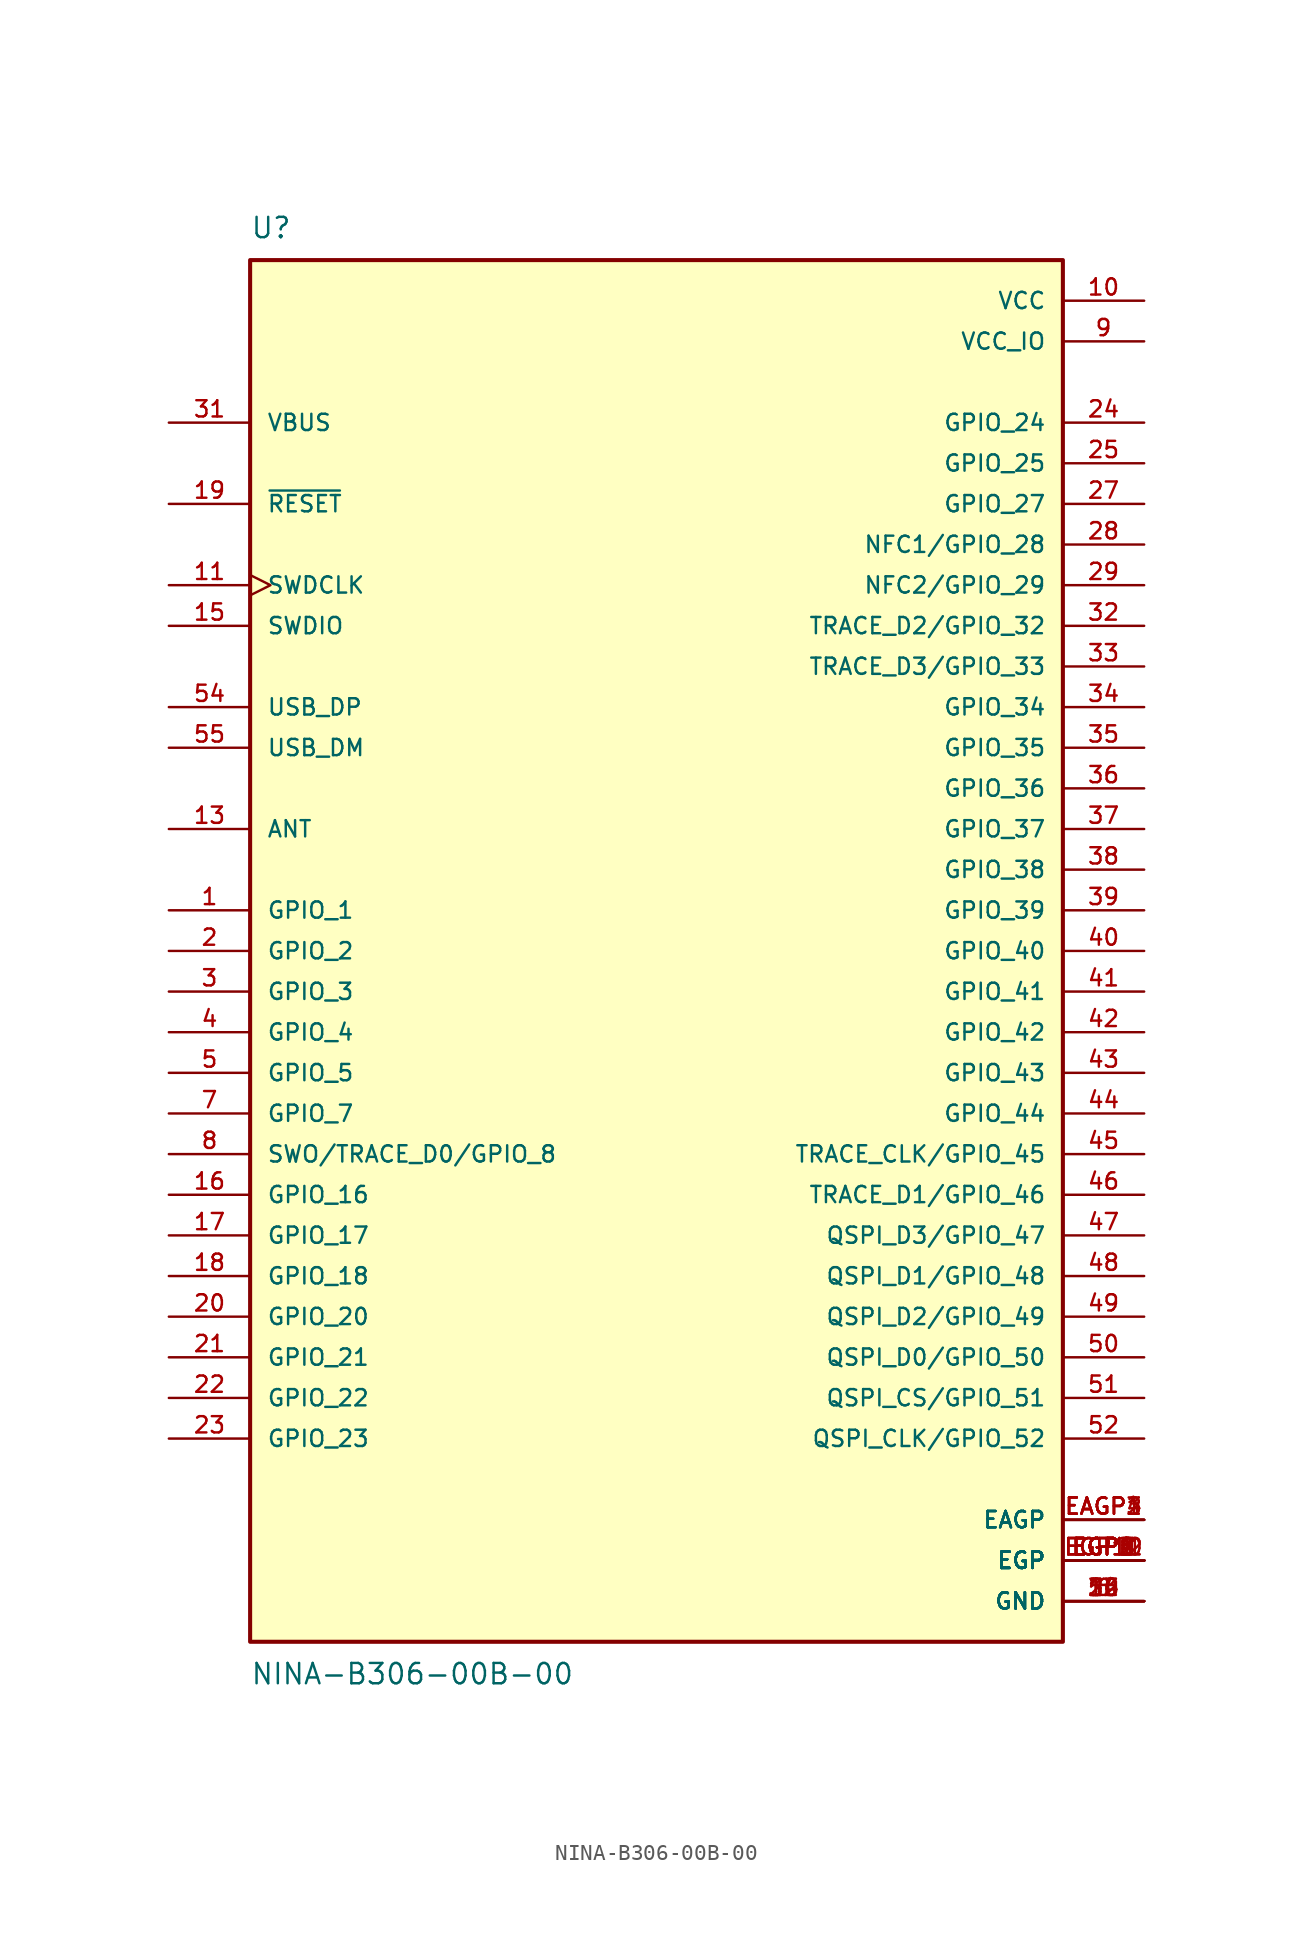
<source format=kicad_sym>
(kicad_symbol_lib
  (version 20211014)
  (generator kicad_symbol_editor)
  (symbol "NINA-B306-00B-00"
    (pin_names
      (offset 1.016))
    (property "Reference" "U"
      (at -25.4 44.45 0)
      (effects (font (size 1.27 1.27)) (justify bottom left)))
    (property "Value" "NINA-B306-00B-00"
      (at -25.4 -44.45 0)
      (effects (font (size 1.27 1.27)) (justify top left)))
    (symbol "NINA-B306-00B-00_0_0"
      (rectangle (start -25.4 -43.18) (end 25.4 43.18) (stroke (width 0.254)) (fill (type background)))
      (pin bidirectional line (at -30.48 0.0 0) (length 5.08) (name "GPIO_2" (effects (font (size 1.016 1.016)))) (number "2" (effects (font (size 1.016 1.016)))))
      (pin bidirectional line (at -30.48 -2.54 0) (length 5.08) (name "GPIO_3" (effects (font (size 1.016 1.016)))) (number "3" (effects (font (size 1.016 1.016)))))
      (pin bidirectional line (at -30.48 -5.08 0) (length 5.08) (name "GPIO_4" (effects (font (size 1.016 1.016)))) (number "4" (effects (font (size 1.016 1.016)))))
      (pin bidirectional line (at -30.48 -7.62 0) (length 5.08) (name "GPIO_5" (effects (font (size 1.016 1.016)))) (number "5" (effects (font (size 1.016 1.016)))))
      (pin power_in line (at 30.48 -40.64 180.0) (length 5.08) (name "GND" (effects (font (size 1.016 1.016)))) (number "6" (effects (font (size 1.016 1.016)))))
      (pin power_in line (at 30.48 -40.64 180.0) (length 5.08) (name "GND" (effects (font (size 1.016 1.016)))) (number "12" (effects (font (size 1.016 1.016)))))
      (pin power_in line (at 30.48 -40.64 180.0) (length 5.08) (name "GND" (effects (font (size 1.016 1.016)))) (number "14" (effects (font (size 1.016 1.016)))))
      (pin power_in line (at 30.48 -40.64 180.0) (length 5.08) (name "GND" (effects (font (size 1.016 1.016)))) (number "26" (effects (font (size 1.016 1.016)))))
      (pin power_in line (at 30.48 -40.64 180.0) (length 5.08) (name "GND" (effects (font (size 1.016 1.016)))) (number "30" (effects (font (size 1.016 1.016)))))
      (pin power_in line (at 30.48 -40.64 180.0) (length 5.08) (name "GND" (effects (font (size 1.016 1.016)))) (number "53" (effects (font (size 1.016 1.016)))))
      (pin power_in line (at 30.48 38.1 180.0) (length 5.08) (name "VCC_IO" (effects (font (size 1.016 1.016)))) (number "9" (effects (font (size 1.016 1.016)))))
      (pin power_in line (at 30.48 40.64 180.0) (length 5.08) (name "VCC" (effects (font (size 1.016 1.016)))) (number "10" (effects (font (size 1.016 1.016)))))
      (pin bidirectional line (at -30.48 7.62 0) (length 5.08) (name "ANT" (effects (font (size 1.016 1.016)))) (number "13" (effects (font (size 1.016 1.016)))))
      (pin bidirectional line (at 30.48 33.02 180.0) (length 5.08) (name "GPIO_24" (effects (font (size 1.016 1.016)))) (number "24" (effects (font (size 1.016 1.016)))))
      (pin bidirectional line (at 30.48 30.48 180.0) (length 5.08) (name "GPIO_25" (effects (font (size 1.016 1.016)))) (number "25" (effects (font (size 1.016 1.016)))))
      (pin bidirectional line (at 30.48 27.94 180.0) (length 5.08) (name "GPIO_27" (effects (font (size 1.016 1.016)))) (number "27" (effects (font (size 1.016 1.016)))))
      (pin bidirectional line (at 30.48 25.4 180.0) (length 5.08) (name "NFC1/GPIO_28" (effects (font (size 1.016 1.016)))) (number "28" (effects (font (size 1.016 1.016)))))
      (pin bidirectional line (at 30.48 22.86 180.0) (length 5.08) (name "NFC2/GPIO_29" (effects (font (size 1.016 1.016)))) (number "29" (effects (font (size 1.016 1.016)))))
      (pin power_in line (at 30.48 -38.1 180.0) (length 5.08) (name "EGP" (effects (font (size 1.016 1.016)))) (number "EGP1" (effects (font (size 1.016 1.016)))))
      (pin power_in line (at 30.48 -38.1 180.0) (length 5.08) (name "EGP" (effects (font (size 1.016 1.016)))) (number "EGP2" (effects (font (size 1.016 1.016)))))
      (pin power_in line (at 30.48 -38.1 180.0) (length 5.08) (name "EGP" (effects (font (size 1.016 1.016)))) (number "EGP3" (effects (font (size 1.016 1.016)))))
      (pin power_in line (at 30.48 -38.1 180.0) (length 5.08) (name "EGP" (effects (font (size 1.016 1.016)))) (number "EGP4" (effects (font (size 1.016 1.016)))))
      (pin power_in line (at 30.48 -38.1 180.0) (length 5.08) (name "EGP" (effects (font (size 1.016 1.016)))) (number "EGP5" (effects (font (size 1.016 1.016)))))
      (pin power_in line (at 30.48 -38.1 180.0) (length 5.08) (name "EGP" (effects (font (size 1.016 1.016)))) (number "EGP6" (effects (font (size 1.016 1.016)))))
      (pin power_in line (at 30.48 -38.1 180.0) (length 5.08) (name "EGP" (effects (font (size 1.016 1.016)))) (number "EGP7" (effects (font (size 1.016 1.016)))))
      (pin power_in line (at 30.48 -38.1 180.0) (length 5.08) (name "EGP" (effects (font (size 1.016 1.016)))) (number "EGP8" (effects (font (size 1.016 1.016)))))
      (pin power_in line (at 30.48 -38.1 180.0) (length 5.08) (name "EGP" (effects (font (size 1.016 1.016)))) (number "EGP9" (effects (font (size 1.016 1.016)))))
      (pin power_in line (at 30.48 -38.1 180.0) (length 5.08) (name "EGP" (effects (font (size 1.016 1.016)))) (number "EGP10" (effects (font (size 1.016 1.016)))))
      (pin power_in line (at 30.48 -38.1 180.0) (length 5.08) (name "EGP" (effects (font (size 1.016 1.016)))) (number "EGP11" (effects (font (size 1.016 1.016)))))
      (pin power_in line (at 30.48 -38.1 180.0) (length 5.08) (name "EGP" (effects (font (size 1.016 1.016)))) (number "EGP12" (effects (font (size 1.016 1.016)))))
      (pin bidirectional line (at 30.48 20.32 180.0) (length 5.08) (name "TRACE_D2/GPIO_32" (effects (font (size 1.016 1.016)))) (number "32" (effects (font (size 1.016 1.016)))))
      (pin bidirectional line (at 30.48 17.78 180.0) (length 5.08) (name "TRACE_D3/GPIO_33" (effects (font (size 1.016 1.016)))) (number "33" (effects (font (size 1.016 1.016)))))
      (pin bidirectional line (at 30.48 15.24 180.0) (length 5.08) (name "GPIO_34" (effects (font (size 1.016 1.016)))) (number "34" (effects (font (size 1.016 1.016)))))
      (pin bidirectional line (at 30.48 12.7 180.0) (length 5.08) (name "GPIO_35" (effects (font (size 1.016 1.016)))) (number "35" (effects (font (size 1.016 1.016)))))
      (pin bidirectional line (at 30.48 10.16 180.0) (length 5.08) (name "GPIO_36" (effects (font (size 1.016 1.016)))) (number "36" (effects (font (size 1.016 1.016)))))
      (pin bidirectional line (at 30.48 7.62 180.0) (length 5.08) (name "GPIO_37" (effects (font (size 1.016 1.016)))) (number "37" (effects (font (size 1.016 1.016)))))
      (pin bidirectional line (at 30.48 5.08 180.0) (length 5.08) (name "GPIO_38" (effects (font (size 1.016 1.016)))) (number "38" (effects (font (size 1.016 1.016)))))
      (pin bidirectional line (at 30.48 2.54 180.0) (length 5.08) (name "GPIO_39" (effects (font (size 1.016 1.016)))) (number "39" (effects (font (size 1.016 1.016)))))
      (pin bidirectional line (at 30.48 0.0 180.0) (length 5.08) (name "GPIO_40" (effects (font (size 1.016 1.016)))) (number "40" (effects (font (size 1.016 1.016)))))
      (pin bidirectional line (at 30.48 -2.54 180.0) (length 5.08) (name "GPIO_41" (effects (font (size 1.016 1.016)))) (number "41" (effects (font (size 1.016 1.016)))))
      (pin bidirectional line (at 30.48 -5.08 180.0) (length 5.08) (name "GPIO_42" (effects (font (size 1.016 1.016)))) (number "42" (effects (font (size 1.016 1.016)))))
      (pin bidirectional line (at 30.48 -7.62 180.0) (length 5.08) (name "GPIO_43" (effects (font (size 1.016 1.016)))) (number "43" (effects (font (size 1.016 1.016)))))
      (pin bidirectional line (at 30.48 -10.16 180.0) (length 5.08) (name "GPIO_44" (effects (font (size 1.016 1.016)))) (number "44" (effects (font (size 1.016 1.016)))))
      (pin bidirectional line (at 30.48 -12.7 180.0) (length 5.08) (name "TRACE_CLK/GPIO_45" (effects (font (size 1.016 1.016)))) (number "45" (effects (font (size 1.016 1.016)))))
      (pin bidirectional line (at 30.48 -15.24 180.0) (length 5.08) (name "TRACE_D1/GPIO_46" (effects (font (size 1.016 1.016)))) (number "46" (effects (font (size 1.016 1.016)))))
      (pin bidirectional line (at 30.48 -17.78 180.0) (length 5.08) (name "QSPI_D3/GPIO_47" (effects (font (size 1.016 1.016)))) (number "47" (effects (font (size 1.016 1.016)))))
      (pin bidirectional line (at 30.48 -20.32 180.0) (length 5.08) (name "QSPI_D1/GPIO_48" (effects (font (size 1.016 1.016)))) (number "48" (effects (font (size 1.016 1.016)))))
      (pin bidirectional line (at 30.48 -22.86 180.0) (length 5.08) (name "QSPI_D2/GPIO_49" (effects (font (size 1.016 1.016)))) (number "49" (effects (font (size 1.016 1.016)))))
      (pin bidirectional line (at 30.48 -25.4 180.0) (length 5.08) (name "QSPI_D0/GPIO_50" (effects (font (size 1.016 1.016)))) (number "50" (effects (font (size 1.016 1.016)))))
      (pin bidirectional line (at 30.48 -27.94 180.0) (length 5.08) (name "QSPI_CS/GPIO_51" (effects (font (size 1.016 1.016)))) (number "51" (effects (font (size 1.016 1.016)))))
      (pin bidirectional line (at 30.48 -30.48 180.0) (length 5.08) (name "QSPI_CLK/GPIO_52" (effects (font (size 1.016 1.016)))) (number "52" (effects (font (size 1.016 1.016)))))
      (pin bidirectional line (at -30.48 2.54 0) (length 5.08) (name "GPIO_1" (effects (font (size 1.016 1.016)))) (number "1" (effects (font (size 1.016 1.016)))))
      (pin bidirectional line (at -30.48 -10.16 0) (length 5.08) (name "GPIO_7" (effects (font (size 1.016 1.016)))) (number "7" (effects (font (size 1.016 1.016)))))
      (pin bidirectional line (at -30.48 -12.7 0) (length 5.08) (name "SWO/TRACE_D0/GPIO_8" (effects (font (size 1.016 1.016)))) (number "8" (effects (font (size 1.016 1.016)))))
      (pin input clock (at -30.48 22.86 0) (length 5.08) (name "SWDCLK" (effects (font (size 1.016 1.016)))) (number "11" (effects (font (size 1.016 1.016)))))
      (pin bidirectional line (at -30.48 20.32 0) (length 5.08) (name "SWDIO" (effects (font (size 1.016 1.016)))) (number "15" (effects (font (size 1.016 1.016)))))
      (pin bidirectional line (at -30.48 -15.24 0) (length 5.08) (name "GPIO_16" (effects (font (size 1.016 1.016)))) (number "16" (effects (font (size 1.016 1.016)))))
      (pin bidirectional line (at -30.48 -17.78 0) (length 5.08) (name "GPIO_17" (effects (font (size 1.016 1.016)))) (number "17" (effects (font (size 1.016 1.016)))))
      (pin bidirectional line (at -30.48 -20.32 0) (length 5.08) (name "GPIO_18" (effects (font (size 1.016 1.016)))) (number "18" (effects (font (size 1.016 1.016)))))
      (pin bidirectional line (at -30.48 -22.86 0) (length 5.08) (name "GPIO_20" (effects (font (size 1.016 1.016)))) (number "20" (effects (font (size 1.016 1.016)))))
      (pin bidirectional line (at -30.48 -25.4 0) (length 5.08) (name "GPIO_21" (effects (font (size 1.016 1.016)))) (number "21" (effects (font (size 1.016 1.016)))))
      (pin bidirectional line (at -30.48 -27.94 0) (length 5.08) (name "GPIO_22" (effects (font (size 1.016 1.016)))) (number "22" (effects (font (size 1.016 1.016)))))
      (pin bidirectional line (at -30.48 -30.48 0) (length 5.08) (name "GPIO_23" (effects (font (size 1.016 1.016)))) (number "23" (effects (font (size 1.016 1.016)))))
      (pin bidirectional line (at -30.48 27.94 0) (length 5.08) (name "~{RESET}" (effects (font (size 1.016 1.016)))) (number "19" (effects (font (size 1.016 1.016)))))
      (pin input line (at -30.48 33.02 0) (length 5.08) (name "VBUS" (effects (font (size 1.016 1.016)))) (number "31" (effects (font (size 1.016 1.016)))))
      (pin power_in line (at 30.48 -35.56 180.0) (length 5.08) (name "EAGP" (effects (font (size 1.016 1.016)))) (number "EAGP1" (effects (font (size 1.016 1.016)))))
      (pin power_in line (at 30.48 -35.56 180.0) (length 5.08) (name "EAGP" (effects (font (size 1.016 1.016)))) (number "EAGP2" (effects (font (size 1.016 1.016)))))
      (pin power_in line (at 30.48 -35.56 180.0) (length 5.08) (name "EAGP" (effects (font (size 1.016 1.016)))) (number "EAGP3" (effects (font (size 1.016 1.016)))))
      (pin power_in line (at 30.48 -35.56 180.0) (length 5.08) (name "EAGP" (effects (font (size 1.016 1.016)))) (number "EAGP4" (effects (font (size 1.016 1.016)))))
      (pin bidirectional line (at -30.48 12.7 0) (length 5.08) (name "USB_DM" (effects (font (size 1.016 1.016)))) (number "55" (effects (font (size 1.016 1.016)))))
      (pin bidirectional line (at -30.48 15.24 0) (length 5.08) (name "USB_DP" (effects (font (size 1.016 1.016)))) (number "54" (effects (font (size 1.016 1.016))))))))
</source>
